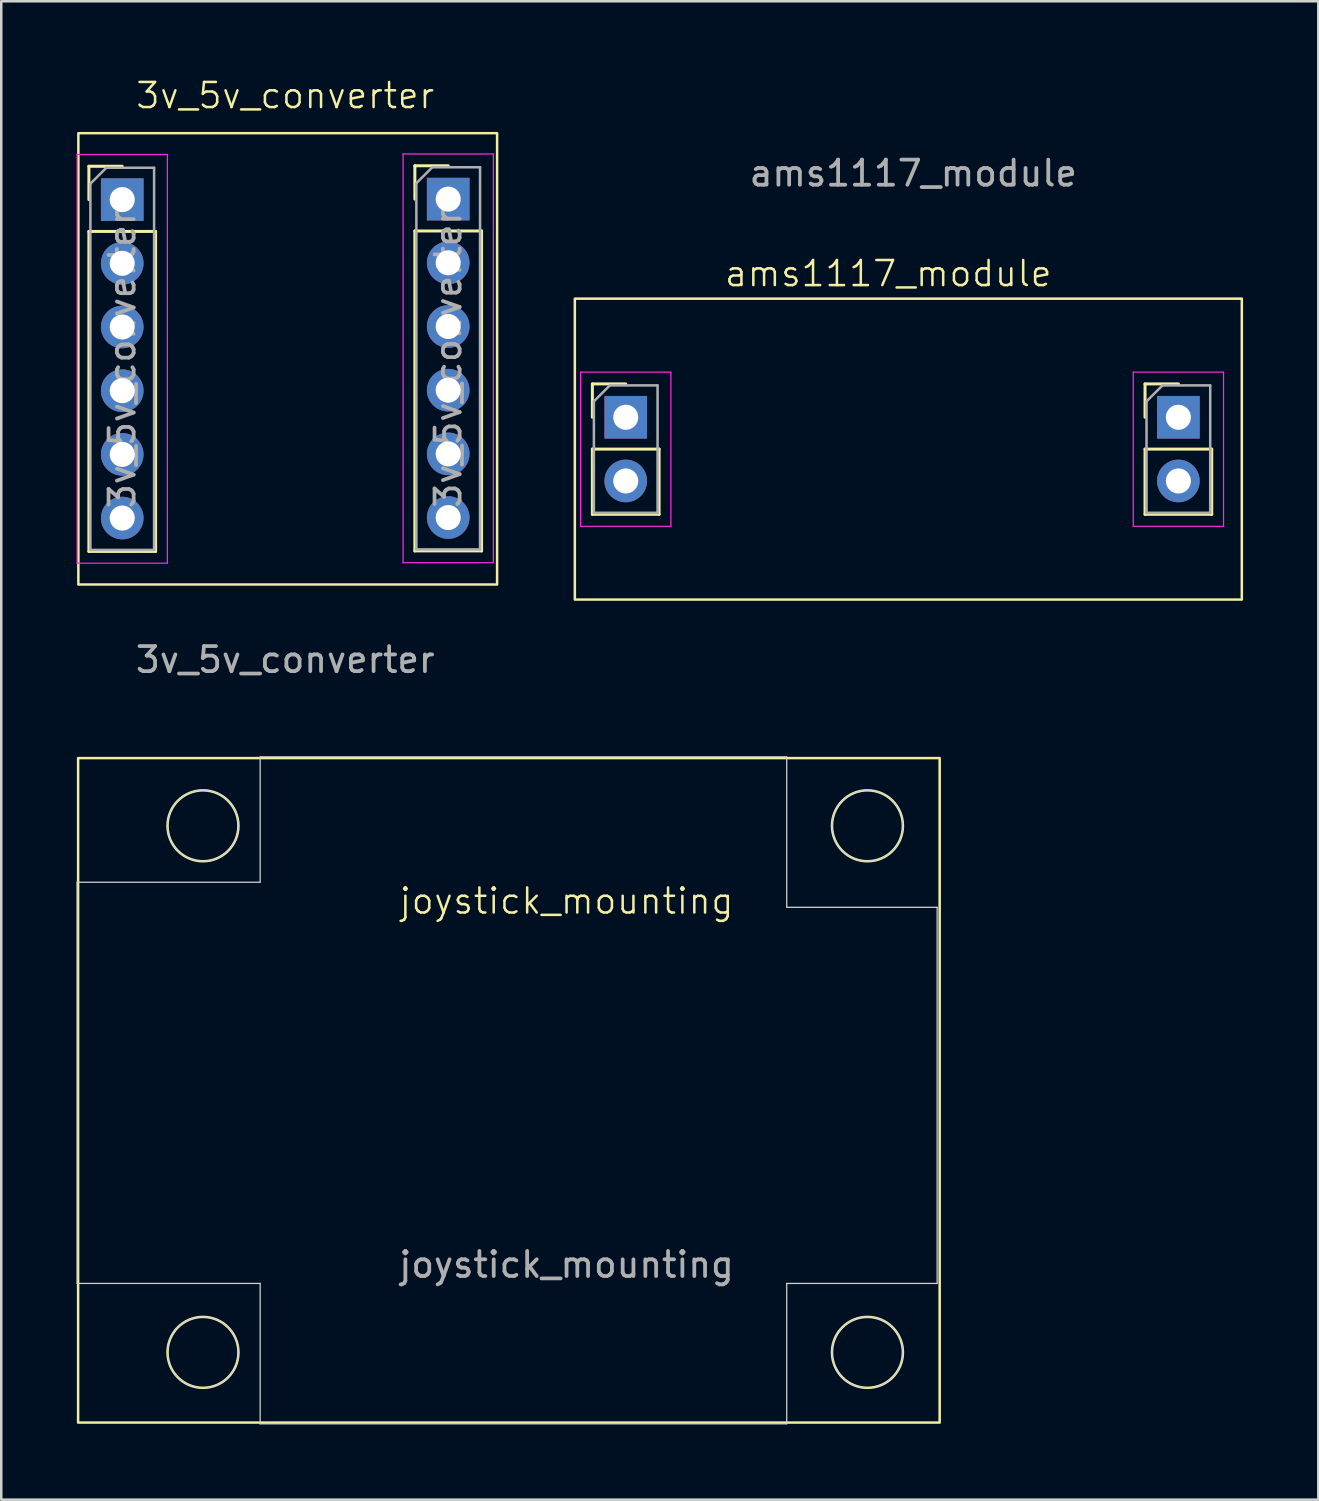
<source format=kicad_pcb>
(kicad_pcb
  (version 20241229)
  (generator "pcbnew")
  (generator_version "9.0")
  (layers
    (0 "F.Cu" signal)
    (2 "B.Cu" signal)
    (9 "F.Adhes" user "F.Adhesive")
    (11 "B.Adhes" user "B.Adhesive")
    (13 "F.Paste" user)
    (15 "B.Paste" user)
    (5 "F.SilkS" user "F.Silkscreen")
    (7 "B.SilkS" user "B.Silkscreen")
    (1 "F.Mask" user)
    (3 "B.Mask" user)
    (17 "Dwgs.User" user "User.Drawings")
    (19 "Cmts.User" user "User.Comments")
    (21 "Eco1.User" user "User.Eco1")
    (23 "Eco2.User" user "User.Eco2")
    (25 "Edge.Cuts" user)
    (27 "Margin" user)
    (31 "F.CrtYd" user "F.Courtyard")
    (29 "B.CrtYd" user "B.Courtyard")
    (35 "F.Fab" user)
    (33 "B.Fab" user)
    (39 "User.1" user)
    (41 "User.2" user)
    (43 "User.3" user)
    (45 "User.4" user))
  (footprint "joystick_mounting"
    (layer "F.Cu")
    (at 18.325 40.134)
    (property "Reference" "joystick_mounting" (at 1.22 -7.25 0) (unlocked yes) (layer "F.SilkS") (effects (font (size 1 1) (thickness 0.1))))
    (attr through_hole)
    (fp_rect (start -18.26 -12.95) (end 16.1 13.55) (stroke (width 0.1) (type default)) (fill no) (layer "F.SilkS"))
    (fp_circle (center -13.28 -10.25) (end -12.28 -9.25) (stroke (width 0.1) (type default)) (fill no) (layer "F.SilkS"))
    (fp_circle (center -13.28 10.75) (end -12.28 11.75) (stroke (width 0.1) (type default)) (fill no) (layer "F.SilkS"))
    (fp_circle (center 13.22 -10.25) (end 14.22 -9.25) (stroke (width 0.1) (type default)) (fill no) (layer "F.SilkS"))
    (fp_circle (center 13.22 10.75) (end 12.22 11.75) (stroke (width 0.1) (type default)) (fill no) (layer "F.SilkS"))
    (fp_line (start -18.3 -8) (end -18.3 8) (stroke (width 0.05) (type default)) (layer "Edge.Cuts"))
    (fp_line (start -18.3 8) (end -11 8) (stroke (width 0.05) (type default)) (layer "Edge.Cuts"))
    (fp_line (start -11 -13) (end -11 -8) (stroke (width 0.05) (type default)) (layer "Edge.Cuts"))
    (fp_line (start -11 -8) (end -18.3 -8) (stroke (width 0.05) (type default)) (layer "Edge.Cuts"))
    (fp_line (start -11 8) (end -11 13.6) (stroke (width 0.05) (type default)) (layer "Edge.Cuts"))
    (fp_line (start -11 13.6) (end 10 13.6) (stroke (width 0.05) (type default)) (layer "Edge.Cuts"))
    (fp_line (start 10 -13) (end -11 -13) (stroke (width 0.05) (type default)) (layer "Edge.Cuts"))
    (fp_line (start 10 -7) (end 10 -13) (stroke (width 0.05) (type default)) (layer "Edge.Cuts"))
    (fp_line (start 10 8) (end 16 8) (stroke (width 0.05) (type default)) (layer "Edge.Cuts"))
    (fp_line (start 10 13.6) (end 10 8) (stroke (width 0.05) (type default)) (layer "Edge.Cuts"))
    (fp_line (start 16 -7) (end 10 -7) (stroke (width 0.05) (type default)) (layer "Edge.Cuts"))
    (fp_line (start 16 8) (end 16 -7) (stroke (width 0.05) (type default)) (layer "Edge.Cuts"))
    (fp_circle (center -13.28 -10.25) (end -12.28 -9.25) (stroke (width 0.05) (type default)) (fill no) (layer "Edge.Cuts"))
    (fp_circle (center -13.28 10.75) (end -12.28 11.75) (stroke (width 0.05) (type default)) (fill no) (layer "Edge.Cuts"))
    (fp_circle (center 13.22 -10.25) (end 14.22 -9.25) (stroke (width 0.05) (type default)) (fill no) (layer "Edge.Cuts"))
    (fp_circle (center 13.22 10.75) (end 14.22 11.75) (stroke (width 0.05) (type default)) (fill no) (layer "Edge.Cuts"))
    (fp_text user "${REFERENCE}" (at 1.22 7.25 0) (unlocked yes) (layer "F.Fab") (effects (font (size 1 1) (thickness 0.15)))))
  (footprint "3v_5v_converter"
    (layer "F.Cu")
    (at 8.325 11.261)
    (property "Reference" "3v_5v_converter" (at 0 -10.5 0) (unlocked yes) (layer "F.SilkS") (effects (font (size 1 1) (thickness 0.1))))
    (attr through_hole)
    (fp_line (start -7.83 -7.68) (end -6.5 -7.68) (stroke (width 0.12) (type solid)) (layer "F.SilkS"))
    (fp_line (start -7.83 -6.35) (end -7.83 -7.68) (stroke (width 0.12) (type solid)) (layer "F.SilkS"))
    (fp_line (start -7.83 -5.08) (end -7.83 7.68) (stroke (width 0.12) (type solid)) (layer "F.SilkS"))
    (fp_line (start -7.83 -5.08) (end -5.17 -5.08) (stroke (width 0.12) (type solid)) (layer "F.SilkS"))
    (fp_line (start -7.83 7.68) (end -5.17 7.68) (stroke (width 0.12) (type solid)) (layer "F.SilkS"))
    (fp_line (start -5.17 -5.08) (end -5.17 7.68) (stroke (width 0.12) (type solid)) (layer "F.SilkS"))
    (fp_line (start 5.17 -7.7) (end 6.5 -7.7) (stroke (width 0.12) (type solid)) (layer "F.SilkS"))
    (fp_line (start 5.17 -6.37) (end 5.17 -7.7) (stroke (width 0.12) (type solid)) (layer "F.SilkS"))
    (fp_line (start 5.17 -5.1) (end 5.17 7.66) (stroke (width 0.12) (type solid)) (layer "F.SilkS"))
    (fp_line (start 5.17 -5.1) (end 7.83 -5.1) (stroke (width 0.12) (type solid)) (layer "F.SilkS"))
    (fp_line (start 5.17 7.66) (end 7.83 7.66) (stroke (width 0.12) (type solid)) (layer "F.SilkS"))
    (fp_line (start 7.83 -5.1) (end 7.83 7.66) (stroke (width 0.12) (type solid)) (layer "F.SilkS"))
    (fp_rect (start -8.25 -9) (end 8.45 9) (stroke (width 0.1) (type default)) (fill no) (layer "F.SilkS"))
    (fp_line (start -8.3 -8.15) (end -8.3 8.15) (stroke (width 0.05) (type solid)) (layer "F.CrtYd"))
    (fp_line (start -8.3 8.15) (end -4.7 8.15) (stroke (width 0.05) (type solid)) (layer "F.CrtYd"))
    (fp_line (start -4.7 -8.15) (end -8.3 -8.15) (stroke (width 0.05) (type solid)) (layer "F.CrtYd"))
    (fp_line (start -4.7 8.15) (end -4.7 -8.15) (stroke (width 0.05) (type solid)) (layer "F.CrtYd"))
    (fp_line (start 4.7 -8.17) (end 4.7 8.13) (stroke (width 0.05) (type solid)) (layer "F.CrtYd"))
    (fp_line (start 4.7 8.13) (end 8.3 8.13) (stroke (width 0.05) (type solid)) (layer "F.CrtYd"))
    (fp_line (start 8.3 -8.17) (end 4.7 -8.17) (stroke (width 0.05) (type solid)) (layer "F.CrtYd"))
    (fp_line (start 8.3 8.13) (end 8.3 -8.17) (stroke (width 0.05) (type solid)) (layer "F.CrtYd"))
    (fp_line (start -7.77 -6.985) (end -7.135 -7.62) (stroke (width 0.1) (type solid)) (layer "F.Fab"))
    (fp_line (start -7.77 7.62) (end -7.77 -6.985) (stroke (width 0.1) (type solid)) (layer "F.Fab"))
    (fp_line (start -7.135 -7.62) (end -5.23 -7.62) (stroke (width 0.1) (type solid)) (layer "F.Fab"))
    (fp_line (start -5.23 -7.62) (end -5.23 7.62) (stroke (width 0.1) (type solid)) (layer "F.Fab"))
    (fp_line (start -5.23 7.62) (end -7.77 7.62) (stroke (width 0.1) (type solid)) (layer "F.Fab"))
    (fp_line (start 5.23 -7.005) (end 5.865 -7.64) (stroke (width 0.1) (type solid)) (layer "F.Fab"))
    (fp_line (start 5.23 7.6) (end 5.23 -7.005) (stroke (width 0.1) (type solid)) (layer "F.Fab"))
    (fp_line (start 5.865 -7.64) (end 7.77 -7.64) (stroke (width 0.1) (type solid)) (layer "F.Fab"))
    (fp_line (start 7.77 -7.64) (end 7.77 7.6) (stroke (width 0.1) (type solid)) (layer "F.Fab"))
    (fp_line (start 7.77 7.6) (end 5.23 7.6) (stroke (width 0.1) (type solid)) (layer "F.Fab"))
    (fp_text user "${REFERENCE}" (at -6.5 0 90) (layer "F.Fab") (effects (font (size 1 1) (thickness 0.15))))
    (fp_text user "${REFERENCE}" (at 0 12 0) (unlocked yes) (layer "F.Fab") (effects (font (size 1 1) (thickness 0.15))))
    (fp_text user "${REFERENCE}" (at 6.5 -0.02 90) (layer "F.Fab") (effects (font (size 1 1) (thickness 0.15))))
    (dimension (type aligned) (layer "User.1") (pts (xy 14.825 6.261) (xy 1.825 6.261)) (height 1) (format (prefix "") (suffix "") (units 3) (units_format 1) (precision 4)) (style (thickness 0.1) (arrow_length 1.27) (text_position_mode 0) (arrow_direction outward) (extension_height 0.586) (extension_offset 0.5) (keep_text_aligned yes)) (gr_text "13.0000 mm" (at 8.325 4.111 0) (layer "User.1") (effects (font (size 1 1) (thickness 0.15)))))
    (pad "1" thru_hole rect (at 6.5 -6.37) (size 1.7 1.7) (drill 1) (layers "*.Cu" "*.Mask"))
    (pad "2" thru_hole oval (at 6.5 -3.83) (size 1.7 1.7) (drill 1) (layers "*.Cu" "*.Mask"))
    (pad "3" thru_hole oval (at 6.5 -1.29) (size 1.7 1.7) (drill 1) (layers "*.Cu" "*.Mask"))
    (pad "4" thru_hole oval (at 6.5 1.25) (size 1.7 1.7) (drill 1) (layers "*.Cu" "*.Mask"))
    (pad "5" thru_hole oval (at 6.5 3.79) (size 1.7 1.7) (drill 1) (layers "*.Cu" "*.Mask"))
    (pad "6" thru_hole oval (at 6.5 6.33) (size 1.7 1.7) (drill 1) (layers "*.Cu" "*.Mask"))
    (pad "7" thru_hole oval (at -6.5 6.35) (size 1.7 1.7) (drill 1) (layers "*.Cu" "*.Mask"))
    (pad "8" thru_hole oval (at -6.5 3.81) (size 1.7 1.7) (drill 1) (layers "*.Cu" "*.Mask"))
    (pad "9" thru_hole oval (at -6.5 1.27) (size 1.7 1.7) (drill 1) (layers "*.Cu" "*.Mask"))
    (pad "10" thru_hole oval (at -6.5 -1.27) (size 1.7 1.7) (drill 1) (layers "*.Cu" "*.Mask"))
    (pad "11" thru_hole oval (at -6.5 -3.81) (size 1.7 1.7) (drill 1) (layers "*.Cu" "*.Mask"))
    (pad "12" thru_hole rect (at -6.5 -6.35) (size 1.7 1.7) (drill 1) (layers "*.Cu" "*.Mask")))
  (footprint "ams1117_module"
    (layer "F.Cu")
    (at 32.875 14.861)
    (property "Reference" "ams1117_module" (at -0.5 -7 0) (unlocked yes) (layer "F.SilkS") (effects (font (size 1 1) (thickness 0.1))))
    (attr through_hole)
    (fp_line (start -12.3 -2.6) (end -10.97 -2.6) (stroke (width 0.12) (type solid)) (layer "F.SilkS"))
    (fp_line (start -12.3 -1.27) (end -12.3 -2.6) (stroke (width 0.12) (type solid)) (layer "F.SilkS"))
    (fp_line (start -12.3 0) (end -12.3 2.6) (stroke (width 0.12) (type solid)) (layer "F.SilkS"))
    (fp_line (start -12.3 0) (end -9.64 0) (stroke (width 0.12) (type solid)) (layer "F.SilkS"))
    (fp_line (start -12.3 2.6) (end -9.64 2.6) (stroke (width 0.12) (type solid)) (layer "F.SilkS"))
    (fp_line (start -9.64 0) (end -9.64 2.6) (stroke (width 0.12) (type solid)) (layer "F.SilkS"))
    (fp_line (start 9.74 -2.6) (end 11.07 -2.6) (stroke (width 0.12) (type solid)) (layer "F.SilkS"))
    (fp_line (start 9.74 -1.27) (end 9.74 -2.6) (stroke (width 0.12) (type solid)) (layer "F.SilkS"))
    (fp_line (start 9.74 0) (end 9.74 2.6) (stroke (width 0.12) (type solid)) (layer "F.SilkS"))
    (fp_line (start 9.74 0) (end 12.4 0) (stroke (width 0.12) (type solid)) (layer "F.SilkS"))
    (fp_line (start 9.74 2.6) (end 12.4 2.6) (stroke (width 0.12) (type solid)) (layer "F.SilkS"))
    (fp_line (start 12.4 0) (end 12.4 2.6) (stroke (width 0.12) (type solid)) (layer "F.SilkS"))
    (fp_rect (start -13 -6) (end 13.6 6) (stroke (width 0.1) (type default)) (fill no) (layer "F.SilkS"))
    (fp_line (start -12.77 -3.07) (end -12.77 3.08) (stroke (width 0.05) (type solid)) (layer "F.CrtYd"))
    (fp_line (start -12.77 3.08) (end -9.17 3.08) (stroke (width 0.05) (type solid)) (layer "F.CrtYd"))
    (fp_line (start -9.17 -3.07) (end -12.77 -3.07) (stroke (width 0.05) (type solid)) (layer "F.CrtYd"))
    (fp_line (start -9.17 3.08) (end -9.17 -3.07) (stroke (width 0.05) (type solid)) (layer "F.CrtYd"))
    (fp_line (start 9.27 -3.07) (end 9.27 3.08) (stroke (width 0.05) (type solid)) (layer "F.CrtYd"))
    (fp_line (start 9.27 3.08) (end 12.87 3.08) (stroke (width 0.05) (type solid)) (layer "F.CrtYd"))
    (fp_line (start 12.87 -3.07) (end 9.27 -3.07) (stroke (width 0.05) (type solid)) (layer "F.CrtYd"))
    (fp_line (start 12.87 3.08) (end 12.87 -3.07) (stroke (width 0.05) (type solid)) (layer "F.CrtYd"))
    (fp_line (start -12.24 -1.905) (end -11.605 -2.54) (stroke (width 0.1) (type solid)) (layer "F.Fab"))
    (fp_line (start -12.24 2.54) (end -12.24 -1.905) (stroke (width 0.1) (type solid)) (layer "F.Fab"))
    (fp_line (start -11.605 -2.54) (end -9.7 -2.54) (stroke (width 0.1) (type solid)) (layer "F.Fab"))
    (fp_line (start -9.7 -2.54) (end -9.7 2.54) (stroke (width 0.1) (type solid)) (layer "F.Fab"))
    (fp_line (start -9.7 2.54) (end -12.24 2.54) (stroke (width 0.1) (type solid)) (layer "F.Fab"))
    (fp_line (start 9.8 -1.905) (end 10.435 -2.54) (stroke (width 0.1) (type solid)) (layer "F.Fab"))
    (fp_line (start 9.8 2.54) (end 9.8 -1.905) (stroke (width 0.1) (type solid)) (layer "F.Fab"))
    (fp_line (start 10.435 -2.54) (end 12.34 -2.54) (stroke (width 0.1) (type solid)) (layer "F.Fab"))
    (fp_line (start 12.34 -2.54) (end 12.34 2.54) (stroke (width 0.1) (type solid)) (layer "F.Fab"))
    (fp_line (start 12.34 2.54) (end 9.8 2.54) (stroke (width 0.1) (type solid)) (layer "F.Fab"))
    (fp_text user "${REFERENCE}" (at 0.5 -11 0) (unlocked yes) (layer "F.Fab") (effects (font (size 1 1) (thickness 0.15))))
    (dimension (type aligned) (layer "User.1") (pts (xy 21.935 12.361) (xy 43.875 12.361)) (height -10.5) (format (prefix "") (suffix "") (units 3) (units_format 1) (precision 4)) (style (thickness 0.1) (arrow_length 1.27) (text_position_mode 0) (arrow_direction outward) (extension_height 0.586) (extension_offset 0.5) (keep_text_aligned yes)) (gr_text "21.9400 mm" (at 32.905 0.76 0) (layer "User.1") (effects (font (size 1 1) (thickness 0.1)))))
    (pad "1" thru_hole rect (at 11.07 -1.27) (size 1.7 1.7) (drill 1) (layers "*.Cu" "*.Mask"))
    (pad "2" thru_hole oval (at 11.07 1.27) (size 1.7 1.7) (drill 1) (layers "*.Cu" "*.Mask"))
    (pad "3" thru_hole oval (at -10.97 1.27) (size 1.7 1.7) (drill 1) (layers "*.Cu" "*.Mask"))
    (pad "4" thru_hole rect (at -10.97 -1.27) (size 1.7 1.7) (drill 1) (layers "*.Cu" "*.Mask")))
  (gr_rect
    (start -3 -3)
    (end 49.525 56.759)
    (stroke (width 0.1) (type default))
    (fill no)
    (layer "Edge.Cuts")))
</source>
